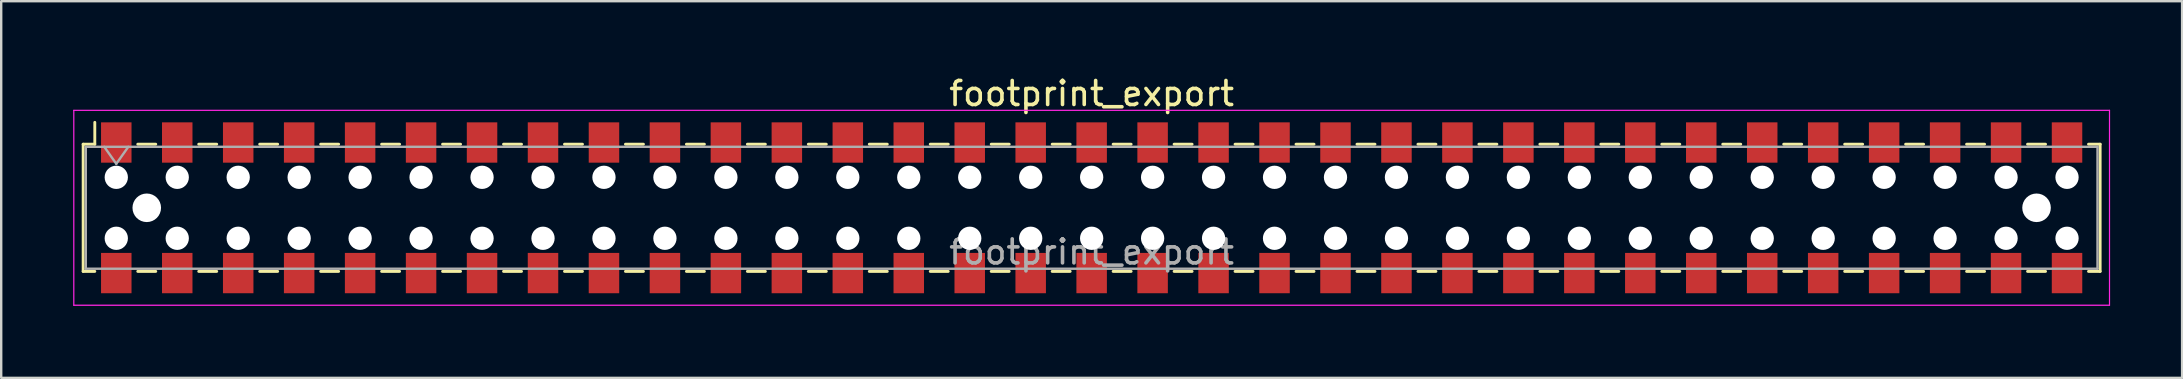
<source format=kicad_pcb>
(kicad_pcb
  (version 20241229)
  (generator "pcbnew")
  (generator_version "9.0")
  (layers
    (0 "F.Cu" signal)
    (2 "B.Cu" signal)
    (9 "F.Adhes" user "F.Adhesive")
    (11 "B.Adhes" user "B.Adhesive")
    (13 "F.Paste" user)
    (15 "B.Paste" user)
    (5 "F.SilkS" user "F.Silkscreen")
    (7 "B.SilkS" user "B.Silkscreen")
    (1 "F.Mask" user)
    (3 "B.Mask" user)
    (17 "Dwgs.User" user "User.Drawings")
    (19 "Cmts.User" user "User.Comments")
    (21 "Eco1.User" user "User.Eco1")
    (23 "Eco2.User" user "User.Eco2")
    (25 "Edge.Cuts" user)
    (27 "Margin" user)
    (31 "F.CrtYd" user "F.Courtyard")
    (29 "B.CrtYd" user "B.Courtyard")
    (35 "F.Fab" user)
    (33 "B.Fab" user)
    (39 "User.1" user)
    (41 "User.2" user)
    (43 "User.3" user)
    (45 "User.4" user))
  (footprint "footprint_export"
    (layer "F.Cu")
    (at 42.435 5.608)
    (property "Reference" "footprint_export" (at 0 -4.76 0) (layer "F.SilkS") (effects (font (size 1 1) (thickness 0.15))))
    (attr smd)
    (fp_line (start -42.02 -2.65) (end -42.02 2.65) (stroke (width 0.12) (type solid)) (layer "F.SilkS"))
    (fp_line (start -42.02 2.65) (end -41.535 2.65) (stroke (width 0.12) (type solid)) (layer "F.SilkS"))
    (fp_line (start -41.535 -3.56) (end -41.535 -2.65) (stroke (width 0.12) (type solid)) (layer "F.SilkS"))
    (fp_line (start -41.535 -2.65) (end -42.02 -2.65) (stroke (width 0.12) (type solid)) (layer "F.SilkS"))
    (fp_line (start -39.745 -2.65) (end -38.995 -2.65) (stroke (width 0.12) (type solid)) (layer "F.SilkS"))
    (fp_line (start -39.745 2.65) (end -38.995 2.65) (stroke (width 0.12) (type solid)) (layer "F.SilkS"))
    (fp_line (start -37.205 -2.65) (end -36.455 -2.65) (stroke (width 0.12) (type solid)) (layer "F.SilkS"))
    (fp_line (start -37.205 2.65) (end -36.455 2.65) (stroke (width 0.12) (type solid)) (layer "F.SilkS"))
    (fp_line (start -34.665 -2.65) (end -33.915 -2.65) (stroke (width 0.12) (type solid)) (layer "F.SilkS"))
    (fp_line (start -34.665 2.65) (end -33.915 2.65) (stroke (width 0.12) (type solid)) (layer "F.SilkS"))
    (fp_line (start -32.125 -2.65) (end -31.375 -2.65) (stroke (width 0.12) (type solid)) (layer "F.SilkS"))
    (fp_line (start -32.125 2.65) (end -31.375 2.65) (stroke (width 0.12) (type solid)) (layer "F.SilkS"))
    (fp_line (start -29.585 -2.65) (end -28.835 -2.65) (stroke (width 0.12) (type solid)) (layer "F.SilkS"))
    (fp_line (start -29.585 2.65) (end -28.835 2.65) (stroke (width 0.12) (type solid)) (layer "F.SilkS"))
    (fp_line (start -27.045 -2.65) (end -26.295 -2.65) (stroke (width 0.12) (type solid)) (layer "F.SilkS"))
    (fp_line (start -27.045 2.65) (end -26.295 2.65) (stroke (width 0.12) (type solid)) (layer "F.SilkS"))
    (fp_line (start -24.505 -2.65) (end -23.755 -2.65) (stroke (width 0.12) (type solid)) (layer "F.SilkS"))
    (fp_line (start -24.505 2.65) (end -23.755 2.65) (stroke (width 0.12) (type solid)) (layer "F.SilkS"))
    (fp_line (start -21.965 -2.65) (end -21.215 -2.65) (stroke (width 0.12) (type solid)) (layer "F.SilkS"))
    (fp_line (start -21.965 2.65) (end -21.215 2.65) (stroke (width 0.12) (type solid)) (layer "F.SilkS"))
    (fp_line (start -19.425 -2.65) (end -18.675 -2.65) (stroke (width 0.12) (type solid)) (layer "F.SilkS"))
    (fp_line (start -19.425 2.65) (end -18.675 2.65) (stroke (width 0.12) (type solid)) (layer "F.SilkS"))
    (fp_line (start -16.885 -2.65) (end -16.135 -2.65) (stroke (width 0.12) (type solid)) (layer "F.SilkS"))
    (fp_line (start -16.885 2.65) (end -16.135 2.65) (stroke (width 0.12) (type solid)) (layer "F.SilkS"))
    (fp_line (start -14.345 -2.65) (end -13.595 -2.65) (stroke (width 0.12) (type solid)) (layer "F.SilkS"))
    (fp_line (start -14.345 2.65) (end -13.595 2.65) (stroke (width 0.12) (type solid)) (layer "F.SilkS"))
    (fp_line (start -11.805 -2.65) (end -11.055 -2.65) (stroke (width 0.12) (type solid)) (layer "F.SilkS"))
    (fp_line (start -11.805 2.65) (end -11.055 2.65) (stroke (width 0.12) (type solid)) (layer "F.SilkS"))
    (fp_line (start -9.265 -2.65) (end -8.515 -2.65) (stroke (width 0.12) (type solid)) (layer "F.SilkS"))
    (fp_line (start -9.265 2.65) (end -8.515 2.65) (stroke (width 0.12) (type solid)) (layer "F.SilkS"))
    (fp_line (start -6.725 -2.65) (end -5.975 -2.65) (stroke (width 0.12) (type solid)) (layer "F.SilkS"))
    (fp_line (start -6.725 2.65) (end -5.975 2.65) (stroke (width 0.12) (type solid)) (layer "F.SilkS"))
    (fp_line (start -4.185 -2.65) (end -3.435 -2.65) (stroke (width 0.12) (type solid)) (layer "F.SilkS"))
    (fp_line (start -4.185 2.65) (end -3.435 2.65) (stroke (width 0.12) (type solid)) (layer "F.SilkS"))
    (fp_line (start -1.645 -2.65) (end -0.895 -2.65) (stroke (width 0.12) (type solid)) (layer "F.SilkS"))
    (fp_line (start -1.645 2.65) (end -0.895 2.65) (stroke (width 0.12) (type solid)) (layer "F.SilkS"))
    (fp_line (start 0.895 -2.65) (end 1.645 -2.65) (stroke (width 0.12) (type solid)) (layer "F.SilkS"))
    (fp_line (start 0.895 2.65) (end 1.645 2.65) (stroke (width 0.12) (type solid)) (layer "F.SilkS"))
    (fp_line (start 3.435 -2.65) (end 4.185 -2.65) (stroke (width 0.12) (type solid)) (layer "F.SilkS"))
    (fp_line (start 3.435 2.65) (end 4.185 2.65) (stroke (width 0.12) (type solid)) (layer "F.SilkS"))
    (fp_line (start 5.975 -2.65) (end 6.725 -2.65) (stroke (width 0.12) (type solid)) (layer "F.SilkS"))
    (fp_line (start 5.975 2.65) (end 6.725 2.65) (stroke (width 0.12) (type solid)) (layer "F.SilkS"))
    (fp_line (start 8.515 -2.65) (end 9.265 -2.65) (stroke (width 0.12) (type solid)) (layer "F.SilkS"))
    (fp_line (start 8.515 2.65) (end 9.265 2.65) (stroke (width 0.12) (type solid)) (layer "F.SilkS"))
    (fp_line (start 11.055 -2.65) (end 11.805 -2.65) (stroke (width 0.12) (type solid)) (layer "F.SilkS"))
    (fp_line (start 11.055 2.65) (end 11.805 2.65) (stroke (width 0.12) (type solid)) (layer "F.SilkS"))
    (fp_line (start 13.595 -2.65) (end 14.345 -2.65) (stroke (width 0.12) (type solid)) (layer "F.SilkS"))
    (fp_line (start 13.595 2.65) (end 14.345 2.65) (stroke (width 0.12) (type solid)) (layer "F.SilkS"))
    (fp_line (start 16.135 -2.65) (end 16.885 -2.65) (stroke (width 0.12) (type solid)) (layer "F.SilkS"))
    (fp_line (start 16.135 2.65) (end 16.885 2.65) (stroke (width 0.12) (type solid)) (layer "F.SilkS"))
    (fp_line (start 18.675 -2.65) (end 19.425 -2.65) (stroke (width 0.12) (type solid)) (layer "F.SilkS"))
    (fp_line (start 18.675 2.65) (end 19.425 2.65) (stroke (width 0.12) (type solid)) (layer "F.SilkS"))
    (fp_line (start 21.215 -2.65) (end 21.965 -2.65) (stroke (width 0.12) (type solid)) (layer "F.SilkS"))
    (fp_line (start 21.215 2.65) (end 21.965 2.65) (stroke (width 0.12) (type solid)) (layer "F.SilkS"))
    (fp_line (start 23.755 -2.65) (end 24.505 -2.65) (stroke (width 0.12) (type solid)) (layer "F.SilkS"))
    (fp_line (start 23.755 2.65) (end 24.505 2.65) (stroke (width 0.12) (type solid)) (layer "F.SilkS"))
    (fp_line (start 26.295 -2.65) (end 27.045 -2.65) (stroke (width 0.12) (type solid)) (layer "F.SilkS"))
    (fp_line (start 26.295 2.65) (end 27.045 2.65) (stroke (width 0.12) (type solid)) (layer "F.SilkS"))
    (fp_line (start 28.835 -2.65) (end 29.585 -2.65) (stroke (width 0.12) (type solid)) (layer "F.SilkS"))
    (fp_line (start 28.835 2.65) (end 29.585 2.65) (stroke (width 0.12) (type solid)) (layer "F.SilkS"))
    (fp_line (start 31.375 -2.65) (end 32.125 -2.65) (stroke (width 0.12) (type solid)) (layer "F.SilkS"))
    (fp_line (start 31.375 2.65) (end 32.125 2.65) (stroke (width 0.12) (type solid)) (layer "F.SilkS"))
    (fp_line (start 33.915 -2.65) (end 34.665 -2.65) (stroke (width 0.12) (type solid)) (layer "F.SilkS"))
    (fp_line (start 33.915 2.65) (end 34.665 2.65) (stroke (width 0.12) (type solid)) (layer "F.SilkS"))
    (fp_line (start 36.455 -2.65) (end 37.205 -2.65) (stroke (width 0.12) (type solid)) (layer "F.SilkS"))
    (fp_line (start 36.455 2.65) (end 37.205 2.65) (stroke (width 0.12) (type solid)) (layer "F.SilkS"))
    (fp_line (start 38.995 -2.65) (end 39.745 -2.65) (stroke (width 0.12) (type solid)) (layer "F.SilkS"))
    (fp_line (start 38.995 2.65) (end 39.745 2.65) (stroke (width 0.12) (type solid)) (layer "F.SilkS"))
    (fp_line (start 41.535 -2.65) (end 42.02 -2.65) (stroke (width 0.12) (type solid)) (layer "F.SilkS"))
    (fp_line (start 42.02 -2.65) (end 42.02 2.65) (stroke (width 0.12) (type solid)) (layer "F.SilkS"))
    (fp_line (start 42.02 2.65) (end 41.535 2.65) (stroke (width 0.12) (type solid)) (layer "F.SilkS"))
    (fp_line (start -42.41 -4.06) (end 42.41 -4.06) (stroke (width 0.05) (type solid)) (layer "F.CrtYd"))
    (fp_line (start -42.41 4.06) (end -42.41 -4.06) (stroke (width 0.05) (type solid)) (layer "F.CrtYd"))
    (fp_line (start 42.41 -4.06) (end 42.41 4.06) (stroke (width 0.05) (type solid)) (layer "F.CrtYd"))
    (fp_line (start 42.41 4.06) (end -42.41 4.06) (stroke (width 0.05) (type solid)) (layer "F.CrtYd"))
    (fp_line (start -41.91 -2.54) (end 41.91 -2.54) (stroke (width 0.1) (type solid)) (layer "F.Fab"))
    (fp_line (start -41.91 2.54) (end -41.91 -2.54) (stroke (width 0.1) (type solid)) (layer "F.Fab"))
    (fp_line (start -41.14 -2.54) (end -40.64 -1.833) (stroke (width 0.1) (type solid)) (layer "F.Fab"))
    (fp_line (start -40.64 -1.833) (end -40.14 -2.54) (stroke (width 0.1) (type solid)) (layer "F.Fab"))
    (fp_line (start 41.91 -2.54) (end 41.91 2.54) (stroke (width 0.1) (type solid)) (layer "F.Fab"))
    (fp_line (start 41.91 2.54) (end -41.91 2.54) (stroke (width 0.1) (type solid)) (layer "F.Fab"))
    (fp_text user "${REFERENCE}" (at 0 1.84 0) (layer "F.Fab") (effects (font (size 1 1) (thickness 0.15))))
    (pad "" np_thru_hole circle (at -40.64 -1.27) (size 0.97 0.97) (drill 0.97) (layers "*.Cu" "*.Mask"))
    (pad "" np_thru_hole circle (at -40.64 1.27) (size 0.97 0.97) (drill 0.97) (layers "*.Cu" "*.Mask"))
    (pad "" np_thru_hole circle (at -39.37 0) (size 1.19 1.19) (drill 1.19) (layers "*.Cu" "*.Mask"))
    (pad "" np_thru_hole circle (at -38.1 -1.27) (size 0.97 0.97) (drill 0.97) (layers "*.Cu" "*.Mask"))
    (pad "" np_thru_hole circle (at -38.1 1.27) (size 0.97 0.97) (drill 0.97) (layers "*.Cu" "*.Mask"))
    (pad "" np_thru_hole circle (at -35.56 -1.27) (size 0.97 0.97) (drill 0.97) (layers "*.Cu" "*.Mask"))
    (pad "" np_thru_hole circle (at -35.56 1.27) (size 0.97 0.97) (drill 0.97) (layers "*.Cu" "*.Mask"))
    (pad "" np_thru_hole circle (at -33.02 -1.27) (size 0.97 0.97) (drill 0.97) (layers "*.Cu" "*.Mask"))
    (pad "" np_thru_hole circle (at -33.02 1.27) (size 0.97 0.97) (drill 0.97) (layers "*.Cu" "*.Mask"))
    (pad "" np_thru_hole circle (at -30.48 -1.27) (size 0.97 0.97) (drill 0.97) (layers "*.Cu" "*.Mask"))
    (pad "" np_thru_hole circle (at -30.48 1.27) (size 0.97 0.97) (drill 0.97) (layers "*.Cu" "*.Mask"))
    (pad "" np_thru_hole circle (at -27.94 -1.27) (size 0.97 0.97) (drill 0.97) (layers "*.Cu" "*.Mask"))
    (pad "" np_thru_hole circle (at -27.94 1.27) (size 0.97 0.97) (drill 0.97) (layers "*.Cu" "*.Mask"))
    (pad "" np_thru_hole circle (at -25.4 -1.27) (size 0.97 0.97) (drill 0.97) (layers "*.Cu" "*.Mask"))
    (pad "" np_thru_hole circle (at -25.4 1.27) (size 0.97 0.97) (drill 0.97) (layers "*.Cu" "*.Mask"))
    (pad "" np_thru_hole circle (at -22.86 -1.27) (size 0.97 0.97) (drill 0.97) (layers "*.Cu" "*.Mask"))
    (pad "" np_thru_hole circle (at -22.86 1.27) (size 0.97 0.97) (drill 0.97) (layers "*.Cu" "*.Mask"))
    (pad "" np_thru_hole circle (at -20.32 -1.27) (size 0.97 0.97) (drill 0.97) (layers "*.Cu" "*.Mask"))
    (pad "" np_thru_hole circle (at -20.32 1.27) (size 0.97 0.97) (drill 0.97) (layers "*.Cu" "*.Mask"))
    (pad "" np_thru_hole circle (at -17.78 -1.27) (size 0.97 0.97) (drill 0.97) (layers "*.Cu" "*.Mask"))
    (pad "" np_thru_hole circle (at -17.78 1.27) (size 0.97 0.97) (drill 0.97) (layers "*.Cu" "*.Mask"))
    (pad "" np_thru_hole circle (at -15.24 -1.27) (size 0.97 0.97) (drill 0.97) (layers "*.Cu" "*.Mask"))
    (pad "" np_thru_hole circle (at -15.24 1.27) (size 0.97 0.97) (drill 0.97) (layers "*.Cu" "*.Mask"))
    (pad "" np_thru_hole circle (at -12.7 -1.27) (size 0.97 0.97) (drill 0.97) (layers "*.Cu" "*.Mask"))
    (pad "" np_thru_hole circle (at -12.7 1.27) (size 0.97 0.97) (drill 0.97) (layers "*.Cu" "*.Mask"))
    (pad "" np_thru_hole circle (at -10.16 -1.27) (size 0.97 0.97) (drill 0.97) (layers "*.Cu" "*.Mask"))
    (pad "" np_thru_hole circle (at -10.16 1.27) (size 0.97 0.97) (drill 0.97) (layers "*.Cu" "*.Mask"))
    (pad "" np_thru_hole circle (at -7.62 -1.27) (size 0.97 0.97) (drill 0.97) (layers "*.Cu" "*.Mask"))
    (pad "" np_thru_hole circle (at -7.62 1.27) (size 0.97 0.97) (drill 0.97) (layers "*.Cu" "*.Mask"))
    (pad "" np_thru_hole circle (at -5.08 -1.27) (size 0.97 0.97) (drill 0.97) (layers "*.Cu" "*.Mask"))
    (pad "" np_thru_hole circle (at -5.08 1.27) (size 0.97 0.97) (drill 0.97) (layers "*.Cu" "*.Mask"))
    (pad "" np_thru_hole circle (at -2.54 -1.27) (size 0.97 0.97) (drill 0.97) (layers "*.Cu" "*.Mask"))
    (pad "" np_thru_hole circle (at -2.54 1.27) (size 0.97 0.97) (drill 0.97) (layers "*.Cu" "*.Mask"))
    (pad "" np_thru_hole circle (at 0 -1.27) (size 0.97 0.97) (drill 0.97) (layers "*.Cu" "*.Mask"))
    (pad "" np_thru_hole circle (at 0 1.27) (size 0.97 0.97) (drill 0.97) (layers "*.Cu" "*.Mask"))
    (pad "" np_thru_hole circle (at 2.54 -1.27) (size 0.97 0.97) (drill 0.97) (layers "*.Cu" "*.Mask"))
    (pad "" np_thru_hole circle (at 2.54 1.27) (size 0.97 0.97) (drill 0.97) (layers "*.Cu" "*.Mask"))
    (pad "" np_thru_hole circle (at 5.08 -1.27) (size 0.97 0.97) (drill 0.97) (layers "*.Cu" "*.Mask"))
    (pad "" np_thru_hole circle (at 5.08 1.27) (size 0.97 0.97) (drill 0.97) (layers "*.Cu" "*.Mask"))
    (pad "" np_thru_hole circle (at 7.62 -1.27) (size 0.97 0.97) (drill 0.97) (layers "*.Cu" "*.Mask"))
    (pad "" np_thru_hole circle (at 7.62 1.27) (size 0.97 0.97) (drill 0.97) (layers "*.Cu" "*.Mask"))
    (pad "" np_thru_hole circle (at 10.16 -1.27) (size 0.97 0.97) (drill 0.97) (layers "*.Cu" "*.Mask"))
    (pad "" np_thru_hole circle (at 10.16 1.27) (size 0.97 0.97) (drill 0.97) (layers "*.Cu" "*.Mask"))
    (pad "" np_thru_hole circle (at 12.7 -1.27) (size 0.97 0.97) (drill 0.97) (layers "*.Cu" "*.Mask"))
    (pad "" np_thru_hole circle (at 12.7 1.27) (size 0.97 0.97) (drill 0.97) (layers "*.Cu" "*.Mask"))
    (pad "" np_thru_hole circle (at 15.24 -1.27) (size 0.97 0.97) (drill 0.97) (layers "*.Cu" "*.Mask"))
    (pad "" np_thru_hole circle (at 15.24 1.27) (size 0.97 0.97) (drill 0.97) (layers "*.Cu" "*.Mask"))
    (pad "" np_thru_hole circle (at 17.78 -1.27) (size 0.97 0.97) (drill 0.97) (layers "*.Cu" "*.Mask"))
    (pad "" np_thru_hole circle (at 17.78 1.27) (size 0.97 0.97) (drill 0.97) (layers "*.Cu" "*.Mask"))
    (pad "" np_thru_hole circle (at 20.32 -1.27) (size 0.97 0.97) (drill 0.97) (layers "*.Cu" "*.Mask"))
    (pad "" np_thru_hole circle (at 20.32 1.27) (size 0.97 0.97) (drill 0.97) (layers "*.Cu" "*.Mask"))
    (pad "" np_thru_hole circle (at 22.86 -1.27) (size 0.97 0.97) (drill 0.97) (layers "*.Cu" "*.Mask"))
    (pad "" np_thru_hole circle (at 22.86 1.27) (size 0.97 0.97) (drill 0.97) (layers "*.Cu" "*.Mask"))
    (pad "" np_thru_hole circle (at 25.4 -1.27) (size 0.97 0.97) (drill 0.97) (layers "*.Cu" "*.Mask"))
    (pad "" np_thru_hole circle (at 25.4 1.27) (size 0.97 0.97) (drill 0.97) (layers "*.Cu" "*.Mask"))
    (pad "" np_thru_hole circle (at 27.94 -1.27) (size 0.97 0.97) (drill 0.97) (layers "*.Cu" "*.Mask"))
    (pad "" np_thru_hole circle (at 27.94 1.27) (size 0.97 0.97) (drill 0.97) (layers "*.Cu" "*.Mask"))
    (pad "" np_thru_hole circle (at 30.48 -1.27) (size 0.97 0.97) (drill 0.97) (layers "*.Cu" "*.Mask"))
    (pad "" np_thru_hole circle (at 30.48 1.27) (size 0.97 0.97) (drill 0.97) (layers "*.Cu" "*.Mask"))
    (pad "" np_thru_hole circle (at 33.02 -1.27) (size 0.97 0.97) (drill 0.97) (layers "*.Cu" "*.Mask"))
    (pad "" np_thru_hole circle (at 33.02 1.27) (size 0.97 0.97) (drill 0.97) (layers "*.Cu" "*.Mask"))
    (pad "" np_thru_hole circle (at 35.56 -1.27) (size 0.97 0.97) (drill 0.97) (layers "*.Cu" "*.Mask"))
    (pad "" np_thru_hole circle (at 35.56 1.27) (size 0.97 0.97) (drill 0.97) (layers "*.Cu" "*.Mask"))
    (pad "" np_thru_hole circle (at 38.1 -1.27) (size 0.97 0.97) (drill 0.97) (layers "*.Cu" "*.Mask"))
    (pad "" np_thru_hole circle (at 38.1 1.27) (size 0.97 0.97) (drill 0.97) (layers "*.Cu" "*.Mask"))
    (pad "" np_thru_hole circle (at 39.37 0) (size 1.19 1.19) (drill 1.19) (layers "*.Cu" "*.Mask"))
    (pad "" np_thru_hole circle (at 40.64 -1.27) (size 0.97 0.97) (drill 0.97) (layers "*.Cu" "*.Mask"))
    (pad "" np_thru_hole circle (at 40.64 1.27) (size 0.97 0.97) (drill 0.97) (layers "*.Cu" "*.Mask"))
    (pad "1" smd rect (at -40.64 -2.72) (size 1.27 1.68) (layers "F.Cu" "F.Mask" "F.Paste"))
    (pad "2" smd rect (at -40.64 2.72) (size 1.27 1.68) (layers "F.Cu" "F.Mask" "F.Paste"))
    (pad "3" smd rect (at -38.1 -2.72) (size 1.27 1.68) (layers "F.Cu" "F.Mask" "F.Paste"))
    (pad "4" smd rect (at -38.1 2.72) (size 1.27 1.68) (layers "F.Cu" "F.Mask" "F.Paste"))
    (pad "5" smd rect (at -35.56 -2.72) (size 1.27 1.68) (layers "F.Cu" "F.Mask" "F.Paste"))
    (pad "6" smd rect (at -35.56 2.72) (size 1.27 1.68) (layers "F.Cu" "F.Mask" "F.Paste"))
    (pad "7" smd rect (at -33.02 -2.72) (size 1.27 1.68) (layers "F.Cu" "F.Mask" "F.Paste"))
    (pad "8" smd rect (at -33.02 2.72) (size 1.27 1.68) (layers "F.Cu" "F.Mask" "F.Paste"))
    (pad "9" smd rect (at -30.48 -2.72) (size 1.27 1.68) (layers "F.Cu" "F.Mask" "F.Paste"))
    (pad "10" smd rect (at -30.48 2.72) (size 1.27 1.68) (layers "F.Cu" "F.Mask" "F.Paste"))
    (pad "11" smd rect (at -27.94 -2.72) (size 1.27 1.68) (layers "F.Cu" "F.Mask" "F.Paste"))
    (pad "12" smd rect (at -27.94 2.72) (size 1.27 1.68) (layers "F.Cu" "F.Mask" "F.Paste"))
    (pad "13" smd rect (at -25.4 -2.72) (size 1.27 1.68) (layers "F.Cu" "F.Mask" "F.Paste"))
    (pad "14" smd rect (at -25.4 2.72) (size 1.27 1.68) (layers "F.Cu" "F.Mask" "F.Paste"))
    (pad "15" smd rect (at -22.86 -2.72) (size 1.27 1.68) (layers "F.Cu" "F.Mask" "F.Paste"))
    (pad "16" smd rect (at -22.86 2.72) (size 1.27 1.68) (layers "F.Cu" "F.Mask" "F.Paste"))
    (pad "17" smd rect (at -20.32 -2.72) (size 1.27 1.68) (layers "F.Cu" "F.Mask" "F.Paste"))
    (pad "18" smd rect (at -20.32 2.72) (size 1.27 1.68) (layers "F.Cu" "F.Mask" "F.Paste"))
    (pad "19" smd rect (at -17.78 -2.72) (size 1.27 1.68) (layers "F.Cu" "F.Mask" "F.Paste"))
    (pad "20" smd rect (at -17.78 2.72) (size 1.27 1.68) (layers "F.Cu" "F.Mask" "F.Paste"))
    (pad "21" smd rect (at -15.24 -2.72) (size 1.27 1.68) (layers "F.Cu" "F.Mask" "F.Paste"))
    (pad "22" smd rect (at -15.24 2.72) (size 1.27 1.68) (layers "F.Cu" "F.Mask" "F.Paste"))
    (pad "23" smd rect (at -12.7 -2.72) (size 1.27 1.68) (layers "F.Cu" "F.Mask" "F.Paste"))
    (pad "24" smd rect (at -12.7 2.72) (size 1.27 1.68) (layers "F.Cu" "F.Mask" "F.Paste"))
    (pad "25" smd rect (at -10.16 -2.72) (size 1.27 1.68) (layers "F.Cu" "F.Mask" "F.Paste"))
    (pad "26" smd rect (at -10.16 2.72) (size 1.27 1.68) (layers "F.Cu" "F.Mask" "F.Paste"))
    (pad "27" smd rect (at -7.62 -2.72) (size 1.27 1.68) (layers "F.Cu" "F.Mask" "F.Paste"))
    (pad "28" smd rect (at -7.62 2.72) (size 1.27 1.68) (layers "F.Cu" "F.Mask" "F.Paste"))
    (pad "29" smd rect (at -5.08 -2.72) (size 1.27 1.68) (layers "F.Cu" "F.Mask" "F.Paste"))
    (pad "30" smd rect (at -5.08 2.72) (size 1.27 1.68) (layers "F.Cu" "F.Mask" "F.Paste"))
    (pad "31" smd rect (at -2.54 -2.72) (size 1.27 1.68) (layers "F.Cu" "F.Mask" "F.Paste"))
    (pad "32" smd rect (at -2.54 2.72) (size 1.27 1.68) (layers "F.Cu" "F.Mask" "F.Paste"))
    (pad "33" smd rect (at 0 -2.72) (size 1.27 1.68) (layers "F.Cu" "F.Mask" "F.Paste"))
    (pad "34" smd rect (at 0 2.72) (size 1.27 1.68) (layers "F.Cu" "F.Mask" "F.Paste"))
    (pad "35" smd rect (at 2.54 -2.72) (size 1.27 1.68) (layers "F.Cu" "F.Mask" "F.Paste"))
    (pad "36" smd rect (at 2.54 2.72) (size 1.27 1.68) (layers "F.Cu" "F.Mask" "F.Paste"))
    (pad "37" smd rect (at 5.08 -2.72) (size 1.27 1.68) (layers "F.Cu" "F.Mask" "F.Paste"))
    (pad "38" smd rect (at 5.08 2.72) (size 1.27 1.68) (layers "F.Cu" "F.Mask" "F.Paste"))
    (pad "39" smd rect (at 7.62 -2.72) (size 1.27 1.68) (layers "F.Cu" "F.Mask" "F.Paste"))
    (pad "40" smd rect (at 7.62 2.72) (size 1.27 1.68) (layers "F.Cu" "F.Mask" "F.Paste"))
    (pad "41" smd rect (at 10.16 -2.72) (size 1.27 1.68) (layers "F.Cu" "F.Mask" "F.Paste"))
    (pad "42" smd rect (at 10.16 2.72) (size 1.27 1.68) (layers "F.Cu" "F.Mask" "F.Paste"))
    (pad "43" smd rect (at 12.7 -2.72) (size 1.27 1.68) (layers "F.Cu" "F.Mask" "F.Paste"))
    (pad "44" smd rect (at 12.7 2.72) (size 1.27 1.68) (layers "F.Cu" "F.Mask" "F.Paste"))
    (pad "45" smd rect (at 15.24 -2.72) (size 1.27 1.68) (layers "F.Cu" "F.Mask" "F.Paste"))
    (pad "46" smd rect (at 15.24 2.72) (size 1.27 1.68) (layers "F.Cu" "F.Mask" "F.Paste"))
    (pad "47" smd rect (at 17.78 -2.72) (size 1.27 1.68) (layers "F.Cu" "F.Mask" "F.Paste"))
    (pad "48" smd rect (at 17.78 2.72) (size 1.27 1.68) (layers "F.Cu" "F.Mask" "F.Paste"))
    (pad "49" smd rect (at 20.32 -2.72) (size 1.27 1.68) (layers "F.Cu" "F.Mask" "F.Paste"))
    (pad "50" smd rect (at 20.32 2.72) (size 1.27 1.68) (layers "F.Cu" "F.Mask" "F.Paste"))
    (pad "51" smd rect (at 22.86 -2.72) (size 1.27 1.68) (layers "F.Cu" "F.Mask" "F.Paste"))
    (pad "52" smd rect (at 22.86 2.72) (size 1.27 1.68) (layers "F.Cu" "F.Mask" "F.Paste"))
    (pad "53" smd rect (at 25.4 -2.72) (size 1.27 1.68) (layers "F.Cu" "F.Mask" "F.Paste"))
    (pad "54" smd rect (at 25.4 2.72) (size 1.27 1.68) (layers "F.Cu" "F.Mask" "F.Paste"))
    (pad "55" smd rect (at 27.94 -2.72) (size 1.27 1.68) (layers "F.Cu" "F.Mask" "F.Paste"))
    (pad "56" smd rect (at 27.94 2.72) (size 1.27 1.68) (layers "F.Cu" "F.Mask" "F.Paste"))
    (pad "57" smd rect (at 30.48 -2.72) (size 1.27 1.68) (layers "F.Cu" "F.Mask" "F.Paste"))
    (pad "58" smd rect (at 30.48 2.72) (size 1.27 1.68) (layers "F.Cu" "F.Mask" "F.Paste"))
    (pad "59" smd rect (at 33.02 -2.72) (size 1.27 1.68) (layers "F.Cu" "F.Mask" "F.Paste"))
    (pad "60" smd rect (at 33.02 2.72) (size 1.27 1.68) (layers "F.Cu" "F.Mask" "F.Paste"))
    (pad "61" smd rect (at 35.56 -2.72) (size 1.27 1.68) (layers "F.Cu" "F.Mask" "F.Paste"))
    (pad "62" smd rect (at 35.56 2.72) (size 1.27 1.68) (layers "F.Cu" "F.Mask" "F.Paste"))
    (pad "63" smd rect (at 38.1 -2.72) (size 1.27 1.68) (layers "F.Cu" "F.Mask" "F.Paste"))
    (pad "64" smd rect (at 38.1 2.72) (size 1.27 1.68) (layers "F.Cu" "F.Mask" "F.Paste"))
    (pad "65" smd rect (at 40.64 -2.72) (size 1.27 1.68) (layers "F.Cu" "F.Mask" "F.Paste"))
    (pad "66" smd rect (at 40.64 2.72) (size 1.27 1.68) (layers "F.Cu" "F.Mask" "F.Paste")))
  (gr_rect
    (start -3 -3)
    (end 87.87 12.693)
    (stroke (width 0.1) (type default))
    (fill no)
    (layer "Edge.Cuts")))
</source>
